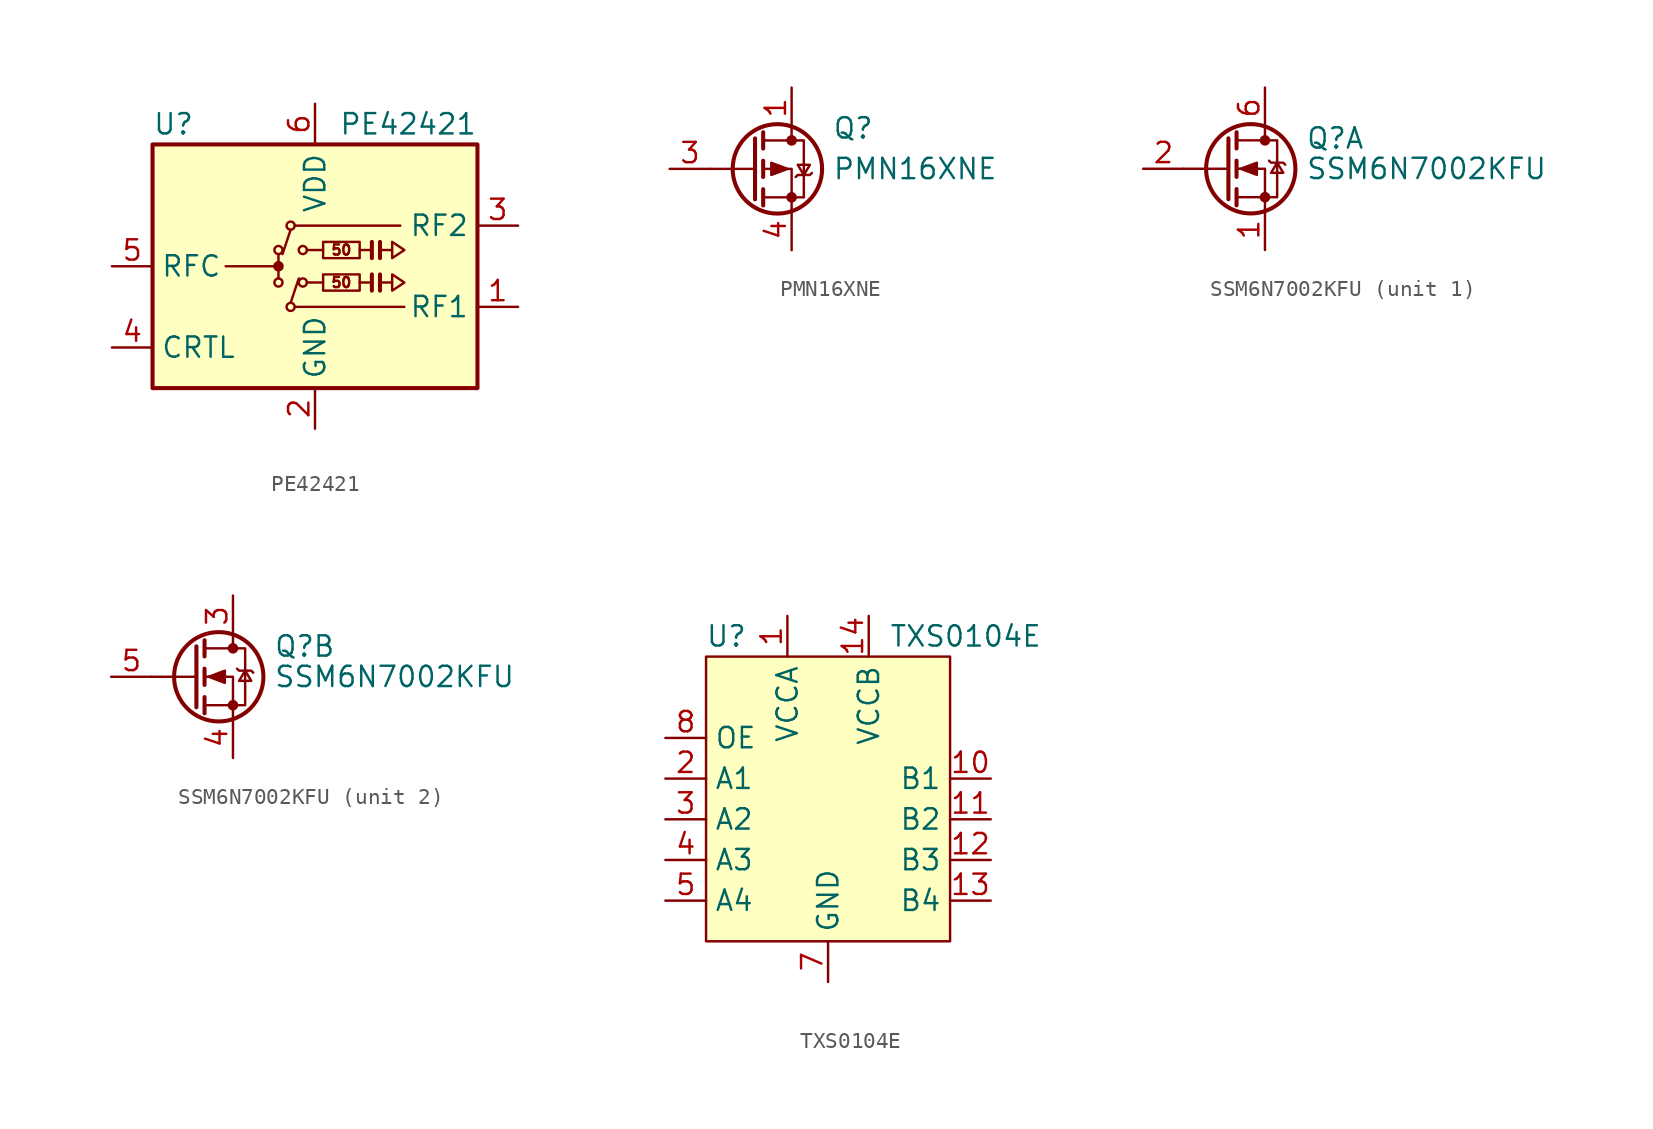
<source format=kicad_sym>
(kicad_symbol_lib
  (version 20211014)
  (generator kicad_symbol_editor)
  (symbol "PE42421"
    (property "Reference" "U"
      (at -10.16 8.89 0)
      (effects (font (size 1.27 1.27)) (justify left)))
    (property "Value" "PE42421"
      (at 10.16 8.89 0)
      (effects (font (size 1.27 1.27)) (justify right)))
    (symbol "PE42421_0_0"
      (text "50" (at 1.651 -1.016 0) (effects (font (size 0.635 0.635))))
      (text "50" (at 1.651 1.016 0) (effects (font (size 0.635 0.635)))))
    (symbol "PE42421_0_1"
      (rectangle (start -10.16 7.62) (end 10.16 -7.62) (stroke (width 0.254) (type default) (color 0 0 0 0)) (fill (type background)))
      (circle (center -2.286 0) (radius 0.254) (stroke (width 0) (type default) (color 0 0 0 0)) (fill (type outline)))
      (circle (center -2.286 1.016) (radius 0.254) (stroke (width 0) (type default) (color 0 0 0 0)) (fill (type none)))
      (circle (center -1.524 -2.54) (radius 0.254) (stroke (width 0) (type default) (color 0 0 0 0)) (fill (type none)))
      (circle (center -1.524 2.54) (radius 0.254) (stroke (width 0) (type default) (color 0 0 0 0)) (fill (type none)))
      (circle (center -0.762 -1.016) (radius 0.254) (stroke (width 0) (type default) (color 0 0 0 0)) (fill (type none)))
      (polyline (pts (xy -2.286 0) (xy -5.588 0)) (stroke (width 0) (type default) (color 0 0 0 0)) (fill (type none)))
      (polyline (pts (xy -2.286 0.762) (xy -2.286 -0.762)) (stroke (width 0) (type default) (color 0 0 0 0)) (fill (type none)))
      (polyline (pts (xy -1.524 -2.286) (xy -1.016 -0.762)) (stroke (width 0) (type default) (color 0 0 0 0)) (fill (type none)))
      (polyline (pts (xy -1.524 2.286) (xy -2.032 0.762)) (stroke (width 0) (type default) (color 0 0 0 0)) (fill (type none)))
      (polyline (pts (xy -1.27 -2.54) (xy 5.588 -2.54)) (stroke (width 0) (type default) (color 0 0 0 0)) (fill (type none)))
      (polyline (pts (xy -1.27 2.54) (xy 5.334 2.54)) (stroke (width 0) (type default) (color 0 0 0 0)) (fill (type none)))
      (polyline (pts (xy -0.508 -1.016) (xy 0.508 -1.016)) (stroke (width 0) (type default) (color 0 0 0 0)) (fill (type none)))
      (polyline (pts (xy -0.508 1.016) (xy 0.508 1.016)) (stroke (width 0) (type default) (color 0 0 0 0)) (fill (type none)))
      (polyline (pts (xy 3.556 -1.524) (xy 3.556 -0.508)) (stroke (width 0.254) (type default) (color 0 0 0 0)) (fill (type none)))
      (polyline (pts (xy 3.556 -1.016) (xy 2.794 -1.016)) (stroke (width 0) (type default) (color 0 0 0 0)) (fill (type none)))
      (polyline (pts (xy 3.556 0.508) (xy 3.556 1.524)) (stroke (width 0.254) (type default) (color 0 0 0 0)) (fill (type none)))
      (polyline (pts (xy 3.556 1.016) (xy 2.794 1.016)) (stroke (width 0) (type default) (color 0 0 0 0)) (fill (type none)))
      (polyline (pts (xy 4.064 -0.508) (xy 4.064 -1.524)) (stroke (width 0.254) (type default) (color 0 0 0 0)) (fill (type none)))
      (polyline (pts (xy 4.064 1.524) (xy 4.064 0.508)) (stroke (width 0.254) (type default) (color 0 0 0 0)) (fill (type none)))
      (polyline (pts (xy 4.064 -1.016) (xy 4.826 -1.016) (xy 4.826 -1.524) (xy 5.588 -1.016) (xy 4.826 -0.508) (xy 4.826 -1.016)) (stroke (width 0) (type default) (color 0 0 0 0)) (fill (type none)))
      (polyline (pts (xy 4.064 1.016) (xy 4.826 1.016) (xy 4.826 0.508) (xy 5.588 1.016) (xy 4.826 1.524) (xy 4.826 1.016)) (stroke (width 0) (type default) (color 0 0 0 0)) (fill (type none)))
      (rectangle (start 0.508 -1.524) (end 2.794 -0.508) (stroke (width 0) (type default) (color 0 0 0 0)) (fill (type none)))
      (rectangle (start 0.508 0.508) (end 2.794 1.524) (stroke (width 0) (type default) (color 0 0 0 0)) (fill (type none))))
    (symbol "PE42421_1_1"
      (circle (center -2.286 -1.016) (radius 0.254) (stroke (width 0) (type default) (color 0 0 0 0)) (fill (type none)))
      (circle (center -0.762 1.016) (radius 0.254) (stroke (width 0) (type default) (color 0 0 0 0)) (fill (type none)))
      (pin passive line (at 12.7 -2.54 180) (length 2.54) (name "RF1" (effects (font (size 1.27 1.27)))) (number "1" (effects (font (size 1.27 1.27)))))
      (pin power_in line (at 0 -10.16 90) (length 2.54) (name "GND" (effects (font (size 1.27 1.27)))) (number "2" (effects (font (size 1.27 1.27)))))
      (pin passive line (at 12.7 2.54 180) (length 2.54) (name "RF2" (effects (font (size 1.27 1.27)))) (number "3" (effects (font (size 1.27 1.27)))))
      (pin input line (at -12.7 -5.08 0) (length 2.54) (name "CRTL" (effects (font (size 1.27 1.27)))) (number "4" (effects (font (size 1.27 1.27)))))
      (pin passive line (at -12.7 0 0) (length 2.54) (name "RFC" (effects (font (size 1.27 1.27)))) (number "5" (effects (font (size 1.27 1.27)))))
      (pin power_in line (at 0 10.16 270) (length 2.54) (name "VDD" (effects (font (size 1.27 1.27)))) (number "6" (effects (font (size 1.27 1.27)))))))
  (symbol "PMN16XNE"
    (pin_names hide)
    (property "Reference" "Q"
      (at 5.08 2.54 0)
      (effects (font (size 1.27 1.27)) (justify left)))
    (property "Value" "PMN16XNE"
      (at 5.08 0 0)
      (effects (font (size 1.27 1.27)) (justify left)))
    (symbol "PMN16XNE_0_1"
      (polyline (pts (xy 0.254 0) (xy -2.54 0)) (stroke (width 0) (type default) (color 0 0 0 0)) (fill (type none)))
      (polyline (pts (xy 0.254 1.905) (xy 0.254 -1.905)) (stroke (width 0.254) (type default) (color 0 0 0 0)) (fill (type none)))
      (polyline (pts (xy 0.762 -1.27) (xy 0.762 -2.286)) (stroke (width 0.254) (type default) (color 0 0 0 0)) (fill (type none)))
      (polyline (pts (xy 0.762 0.508) (xy 0.762 -0.508)) (stroke (width 0.254) (type default) (color 0 0 0 0)) (fill (type none)))
      (polyline (pts (xy 0.762 2.286) (xy 0.762 1.27)) (stroke (width 0.254) (type default) (color 0 0 0 0)) (fill (type none)))
      (polyline (pts (xy 2.54 2.54) (xy 2.54 1.778)) (stroke (width 0) (type default) (color 0 0 0 0)) (fill (type none)))
      (polyline (pts (xy 2.54 -2.54) (xy 2.54 0) (xy 0.762 0)) (stroke (width 0) (type default) (color 0 0 0 0)) (fill (type none)))
      (polyline (pts (xy 0.762 1.778) (xy 3.302 1.778) (xy 3.302 -1.778) (xy 0.762 -1.778)) (stroke (width 0) (type default) (color 0 0 0 0)) (fill (type none)))
      (polyline (pts (xy 2.286 0) (xy 1.27 0.381) (xy 1.27 -0.381) (xy 2.286 0)) (stroke (width 0) (type default) (color 0 0 0 0)) (fill (type outline)))
      (polyline (pts (xy 2.794 -0.508) (xy 2.921 -0.381) (xy 3.683 -0.381) (xy 3.81 -0.254)) (stroke (width 0) (type default) (color 0 0 0 0)) (fill (type none)))
      (polyline (pts (xy 3.302 -0.381) (xy 2.921 0.254) (xy 3.683 0.254) (xy 3.302 -0.381)) (stroke (width 0) (type default) (color 0 0 0 0)) (fill (type none)))
      (circle (center 1.651 0) (radius 2.794) (stroke (width 0.254) (type default) (color 0 0 0 0)) (fill (type none)))
      (circle (center 2.54 -1.778) (radius 0.254) (stroke (width 0) (type default) (color 0 0 0 0)) (fill (type outline)))
      (circle (center 2.54 1.778) (radius 0.254) (stroke (width 0) (type default) (color 0 0 0 0)) (fill (type outline))))
    (symbol "PMN16XNE_1_1"
      (pin passive line (at 2.54 5.08 270) (length 2.54) (name "D" (effects (font (size 1.27 1.27)))) (number "1" (effects (font (size 1.27 1.27)))))
      (pin passive line (at 2.54 5.08 270) (length 2.54) hide (name "D" (effects (font (size 1.27 1.27)))) (number "2" (effects (font (size 1.27 1.27)))))
      (pin passive line (at -5.08 0 0) (length 2.54) (name "G" (effects (font (size 1.27 1.27)))) (number "3" (effects (font (size 1.27 1.27)))))
      (pin passive line (at 2.54 -5.08 90) (length 2.54) (name "S" (effects (font (size 1.27 1.27)))) (number "4" (effects (font (size 1.27 1.27)))))
      (pin passive line (at 2.54 5.08 270) (length 2.54) hide (name "D" (effects (font (size 1.27 1.27)))) (number "5" (effects (font (size 1.27 1.27)))))
      (pin passive line (at 2.54 5.08 270) (length 2.54) hide (name "D" (effects (font (size 1.27 1.27)))) (number "6" (effects (font (size 1.27 1.27)))))))
  (symbol "SSM6N7002KFU"
    (pin_names hide)
    (property "Reference" "Q"
      (at 5.08 1.905 0)
      (effects (font (size 1.27 1.27)) (justify left)))
    (property "Value" "SSM6N7002KFU"
      (at 5.08 0 0)
      (effects (font (size 1.27 1.27)) (justify left)))
    (symbol "SSM6N7002KFU_0_1"
      (polyline (pts (xy 0.254 0) (xy -2.54 0)) (stroke (width 0) (type default) (color 0 0 0 0)) (fill (type none)))
      (polyline (pts (xy 0.254 1.905) (xy 0.254 -1.905)) (stroke (width 0.254) (type default) (color 0 0 0 0)) (fill (type none)))
      (polyline (pts (xy 0.762 -1.27) (xy 0.762 -2.286)) (stroke (width 0.254) (type default) (color 0 0 0 0)) (fill (type none)))
      (polyline (pts (xy 0.762 0.508) (xy 0.762 -0.508)) (stroke (width 0.254) (type default) (color 0 0 0 0)) (fill (type none)))
      (polyline (pts (xy 0.762 2.286) (xy 0.762 1.27)) (stroke (width 0.254) (type default) (color 0 0 0 0)) (fill (type none)))
      (polyline (pts (xy 2.54 2.54) (xy 2.54 1.778)) (stroke (width 0) (type default) (color 0 0 0 0)) (fill (type none)))
      (polyline (pts (xy 2.54 -2.54) (xy 2.54 0) (xy 0.762 0)) (stroke (width 0) (type default) (color 0 0 0 0)) (fill (type none)))
      (polyline (pts (xy 0.762 -1.778) (xy 3.302 -1.778) (xy 3.302 1.778) (xy 0.762 1.778)) (stroke (width 0) (type default) (color 0 0 0 0)) (fill (type none)))
      (polyline (pts (xy 1.016 0) (xy 2.032 0.381) (xy 2.032 -0.381) (xy 1.016 0)) (stroke (width 0) (type default) (color 0 0 0 0)) (fill (type outline)))
      (polyline (pts (xy 2.794 0.508) (xy 2.921 0.381) (xy 3.683 0.381) (xy 3.81 0.254)) (stroke (width 0) (type default) (color 0 0 0 0)) (fill (type none)))
      (polyline (pts (xy 3.302 0.381) (xy 2.921 -0.254) (xy 3.683 -0.254) (xy 3.302 0.381)) (stroke (width 0) (type default) (color 0 0 0 0)) (fill (type none)))
      (circle (center 1.651 0) (radius 2.794) (stroke (width 0.254) (type default) (color 0 0 0 0)) (fill (type none)))
      (circle (center 2.54 -1.778) (radius 0.254) (stroke (width 0) (type default) (color 0 0 0 0)) (fill (type outline)))
      (circle (center 2.54 1.778) (radius 0.254) (stroke (width 0) (type default) (color 0 0 0 0)) (fill (type outline))))
    (symbol "SSM6N7002KFU_1_1"
      (pin passive line (at 2.54 -5.08 90) (length 2.54) (name "S" (effects (font (size 1.27 1.27)))) (number "1" (effects (font (size 1.27 1.27)))))
      (pin passive line (at -5.08 0 0) (length 2.54) (name "G" (effects (font (size 1.27 1.27)))) (number "2" (effects (font (size 1.27 1.27)))))
      (pin passive line (at 2.54 5.08 270) (length 2.54) (name "D" (effects (font (size 1.27 1.27)))) (number "6" (effects (font (size 1.27 1.27))))))
    (symbol "SSM6N7002KFU_2_1"
      (pin passive line (at 2.54 5.08 270) (length 2.54) (name "D" (effects (font (size 1.27 1.27)))) (number "3" (effects (font (size 1.27 1.27)))))
      (pin passive line (at 2.54 -5.08 90) (length 2.54) (name "S" (effects (font (size 1.27 1.27)))) (number "4" (effects (font (size 1.27 1.27)))))
      (pin passive line (at -5.08 0 0) (length 2.54) (name "G" (effects (font (size 1.27 1.27)))) (number "5" (effects (font (size 1.27 1.27)))))))
  (symbol "TXS0104E"
    (property "Reference" "U"
      (at -6.35 16.51 0)
      (effects (font (size 1.27 1.27))))
    (property "Value" "TXS0104E"
      (at 3.81 16.51 0)
      (effects (font (size 1.27 1.27)) (justify left)))
    (symbol "TXS0104E_0_1"
      (rectangle (start -7.62 15.24) (end 7.62 -2.54) (stroke (width 0) (type default) (color 0 0 0 0)) (fill (type background))))
    (symbol "TXS0104E_1_1"
      (pin power_in line (at -2.54 17.78 270) (length 2.54) (name "VCCA" (effects (font (size 1.27 1.27)))) (number "1" (effects (font (size 1.27 1.27)))))
      (pin bidirectional line (at 10.16 7.62 180) (length 2.54) (name "B1" (effects (font (size 1.27 1.27)))) (number "10" (effects (font (size 1.27 1.27)))))
      (pin bidirectional line (at 10.16 5.08 180) (length 2.54) (name "B2" (effects (font (size 1.27 1.27)))) (number "11" (effects (font (size 1.27 1.27)))))
      (pin bidirectional line (at 10.16 2.54 180) (length 2.54) (name "B3" (effects (font (size 1.27 1.27)))) (number "12" (effects (font (size 1.27 1.27)))))
      (pin bidirectional line (at 10.16 0 180) (length 2.54) (name "B4" (effects (font (size 1.27 1.27)))) (number "13" (effects (font (size 1.27 1.27)))))
      (pin power_in line (at 2.54 17.78 270) (length 2.54) (name "VCCB" (effects (font (size 1.27 1.27)))) (number "14" (effects (font (size 1.27 1.27)))))
      (pin bidirectional line (at -10.16 7.62 0) (length 2.54) (name "A1" (effects (font (size 1.27 1.27)))) (number "2" (effects (font (size 1.27 1.27)))))
      (pin bidirectional line (at -10.16 5.08 0) (length 2.54) (name "A2" (effects (font (size 1.27 1.27)))) (number "3" (effects (font (size 1.27 1.27)))))
      (pin bidirectional line (at -10.16 2.54 0) (length 2.54) (name "A3" (effects (font (size 1.27 1.27)))) (number "4" (effects (font (size 1.27 1.27)))))
      (pin bidirectional line (at -10.16 0 0) (length 2.54) (name "A4" (effects (font (size 1.27 1.27)))) (number "5" (effects (font (size 1.27 1.27)))))
      (pin power_in line (at 0 -5.08 90) (length 2.54) (name "GND" (effects (font (size 1.27 1.27)))) (number "7" (effects (font (size 1.27 1.27)))))
      (pin input line (at -10.16 10.16 0) (length 2.54) (name "OE" (effects (font (size 1.27 1.27)))) (number "8" (effects (font (size 1.27 1.27))))))))
</source>
